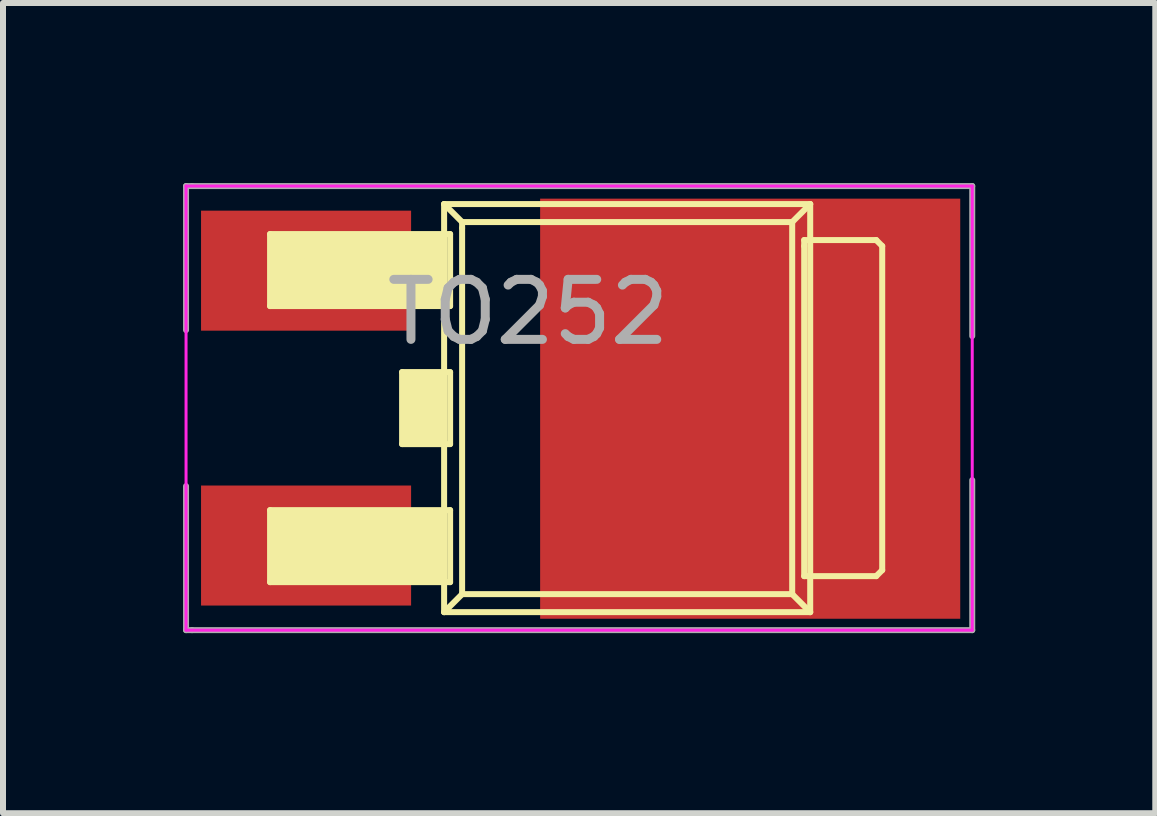
<source format=kicad_pcb>
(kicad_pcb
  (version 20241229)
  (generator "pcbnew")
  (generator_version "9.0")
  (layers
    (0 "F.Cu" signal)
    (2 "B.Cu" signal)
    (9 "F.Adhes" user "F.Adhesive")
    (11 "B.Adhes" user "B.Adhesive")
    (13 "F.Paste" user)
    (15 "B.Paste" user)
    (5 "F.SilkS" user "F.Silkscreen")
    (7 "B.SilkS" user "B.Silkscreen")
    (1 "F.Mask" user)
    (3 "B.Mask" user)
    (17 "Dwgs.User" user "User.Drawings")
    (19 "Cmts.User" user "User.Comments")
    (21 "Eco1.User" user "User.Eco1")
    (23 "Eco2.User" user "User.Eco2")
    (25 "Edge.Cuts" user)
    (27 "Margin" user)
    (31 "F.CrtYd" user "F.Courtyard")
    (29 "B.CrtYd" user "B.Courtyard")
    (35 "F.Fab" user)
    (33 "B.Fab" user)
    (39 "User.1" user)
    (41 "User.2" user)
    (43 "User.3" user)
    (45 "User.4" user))
  (footprint "TO252"
    (layer "F.Cu")
    (at 5.75 3.75)
    (property "Reference" "TO252" (at 0 -1.6 0) (layer "F.Fab") (effects (font (size 1 1) (thickness 0.15))))
    (attr smd)
    (fp_line (start -4.3 -2.9) (end -1.3 -2.9) (stroke (width 0.1) (type solid)) (layer "F.SilkS"))
    (fp_line (start -4.3 -1.7) (end -4.3 -2.9) (stroke (width 0.1) (type solid)) (layer "F.SilkS"))
    (fp_line (start -4.3 1.7) (end -4.3 2.9) (stroke (width 0.1) (type solid)) (layer "F.SilkS"))
    (fp_line (start -4.3 2.9) (end -1.3 2.9) (stroke (width 0.1) (type solid)) (layer "F.SilkS"))
    (fp_line (start -4.2 -2.8) (end -4.2 -1.8) (stroke (width 0.18) (type solid)) (layer "F.SilkS"))
    (fp_line (start -4.2 -1.8) (end -1.5 -1.8) (stroke (width 0.18) (type solid)) (layer "F.SilkS"))
    (fp_line (start -4.2 1.8) (end -4.2 2.7) (stroke (width 0.18) (type solid)) (layer "F.SilkS"))
    (fp_line (start -4.2 2.8) (end -1.5 2.8) (stroke (width 0.18) (type solid)) (layer "F.SilkS"))
    (fp_line (start -4 -2.6) (end -1.7 -2.6) (stroke (width 0.4) (type solid)) (layer "F.SilkS"))
    (fp_line (start -4 -2) (end -4 -2.6) (stroke (width 0.4) (type solid)) (layer "F.SilkS"))
    (fp_line (start -4 2) (end -1.7 2) (stroke (width 0.4) (type solid)) (layer "F.SilkS"))
    (fp_line (start -4 2.6) (end -4 2) (stroke (width 0.4) (type solid)) (layer "F.SilkS"))
    (fp_line (start -3.7 -2.3) (end -2 -2.3) (stroke (width 0.4) (type solid)) (layer "F.SilkS"))
    (fp_line (start -3.7 -2) (end -3.7 -2.3) (stroke (width 0.4) (type solid)) (layer "F.SilkS"))
    (fp_line (start -2.1 -0.6) (end -2.1 0.6) (stroke (width 0.1) (type solid)) (layer "F.SilkS"))
    (fp_line (start -2.1 0.6) (end -1.3 0.6) (stroke (width 0.1) (type solid)) (layer "F.SilkS"))
    (fp_line (start -2 -0.5) (end -1.5 -0.5) (stroke (width 0.18) (type solid)) (layer "F.SilkS"))
    (fp_line (start -2 -0.4) (end -1.6 -0.4) (stroke (width 0.18) (type solid)) (layer "F.SilkS"))
    (fp_line (start -2 0.5) (end -2 -0.4) (stroke (width 0.18) (type solid)) (layer "F.SilkS"))
    (fp_line (start -1.9 -0.3) (end -1.7 -0.3) (stroke (width 0.18) (type solid)) (layer "F.SilkS"))
    (fp_line (start -1.9 0.4) (end -1.9 -0.3) (stroke (width 0.18) (type solid)) (layer "F.SilkS"))
    (fp_line (start -1.8 0.3) (end -1.8 -0.2) (stroke (width 0.18) (type solid)) (layer "F.SilkS"))
    (fp_line (start -1.7 -2.6) (end -1.7 -2) (stroke (width 0.4) (type solid)) (layer "F.SilkS"))
    (fp_line (start -1.7 -2) (end -3.7 -2) (stroke (width 0.4) (type solid)) (layer "F.SilkS"))
    (fp_line (start -1.7 -0.3) (end -1.7 0.3) (stroke (width 0.18) (type solid)) (layer "F.SilkS"))
    (fp_line (start -1.7 0.3) (end -1.8 0.3) (stroke (width 0.18) (type solid)) (layer "F.SilkS"))
    (fp_line (start -1.7 2) (end -1.7 2.3) (stroke (width 0.4) (type solid)) (layer "F.SilkS"))
    (fp_line (start -1.7 2.3) (end -3.7 2.3) (stroke (width 0.4) (type solid)) (layer "F.SilkS"))
    (fp_line (start -1.7 2.6) (end -4 2.6) (stroke (width 0.4) (type solid)) (layer "F.SilkS"))
    (fp_line (start -1.6 -0.4) (end -1.6 0.4) (stroke (width 0.18) (type solid)) (layer "F.SilkS"))
    (fp_line (start -1.6 0.4) (end -1.9 0.4) (stroke (width 0.18) (type solid)) (layer "F.SilkS"))
    (fp_line (start -1.5 -2.8) (end -4.2 -2.8) (stroke (width 0.18) (type solid)) (layer "F.SilkS"))
    (fp_line (start -1.5 -1.8) (end -1.5 -2.8) (stroke (width 0.18) (type solid)) (layer "F.SilkS"))
    (fp_line (start -1.5 -0.5) (end -1.5 0.5) (stroke (width 0.18) (type solid)) (layer "F.SilkS"))
    (fp_line (start -1.5 0.5) (end -2 0.5) (stroke (width 0.18) (type solid)) (layer "F.SilkS"))
    (fp_line (start -1.5 1.8) (end -4.2 1.8) (stroke (width 0.18) (type solid)) (layer "F.SilkS"))
    (fp_line (start -1.5 2.8) (end -1.5 1.8) (stroke (width 0.18) (type solid)) (layer "F.SilkS"))
    (fp_line (start -1.4 -3.4) (end -1.4 3.4) (stroke (width 0.1) (type solid)) (layer "F.SilkS"))
    (fp_line (start -1.4 -3.4) (end 4.7 -3.4) (stroke (width 0.1) (type solid)) (layer "F.SilkS"))
    (fp_line (start -1.4 3.4) (end -1.1 3.1) (stroke (width 0.1) (type solid)) (layer "F.SilkS"))
    (fp_line (start -1.3 -2.9) (end -1.3 -1.7) (stroke (width 0.1) (type solid)) (layer "F.SilkS"))
    (fp_line (start -1.3 -1.7) (end -4.3 -1.7) (stroke (width 0.1) (type solid)) (layer "F.SilkS"))
    (fp_line (start -1.3 -0.6) (end -2.1 -0.6) (stroke (width 0.1) (type solid)) (layer "F.SilkS"))
    (fp_line (start -1.3 0.6) (end -1.3 -0.6) (stroke (width 0.1) (type solid)) (layer "F.SilkS"))
    (fp_line (start -1.3 1.7) (end -4.3 1.7) (stroke (width 0.1) (type solid)) (layer "F.SilkS"))
    (fp_line (start -1.3 2.9) (end -1.3 1.7) (stroke (width 0.1) (type solid)) (layer "F.SilkS"))
    (fp_line (start -1.1 -3.1) (end -1.4 -3.4) (stroke (width 0.1) (type solid)) (layer "F.SilkS"))
    (fp_line (start -1.1 -3.1) (end 4.4 -3.1) (stroke (width 0.1) (type solid)) (layer "F.SilkS"))
    (fp_line (start -1.1 -3) (end -1.1 -3.1) (stroke (width 0.1) (type solid)) (layer "F.SilkS"))
    (fp_line (start -1.1 3.1) (end -1.1 -3) (stroke (width 0.1) (type solid)) (layer "F.SilkS"))
    (fp_line (start -1.1 3.1) (end 4.4 3.1) (stroke (width 0.1) (type solid)) (layer "F.SilkS"))
    (fp_line (start 4.4 -3.1) (end 4.7 -3.4) (stroke (width 0.1) (type solid)) (layer "F.SilkS"))
    (fp_line (start 4.4 3.1) (end 4.4 -3.1) (stroke (width 0.1) (type solid)) (layer "F.SilkS"))
    (fp_line (start 4.4 3.1) (end 4.7 3.4) (stroke (width 0.1) (type solid)) (layer "F.SilkS"))
    (fp_line (start 4.6 -2.8) (end 4.6 -2.7) (stroke (width 0.1) (type solid)) (layer "F.SilkS"))
    (fp_line (start 4.6 -2.7) (end 4.6 2.8) (stroke (width 0.1) (type solid)) (layer "F.SilkS"))
    (fp_line (start 4.6 2.8) (end 5.8 2.8) (stroke (width 0.1) (type solid)) (layer "F.SilkS"))
    (fp_line (start 4.7 -3.4) (end 4.7 3.4) (stroke (width 0.1) (type solid)) (layer "F.SilkS"))
    (fp_line (start 4.7 3.4) (end -1.4 3.4) (stroke (width 0.1) (type solid)) (layer "F.SilkS"))
    (fp_line (start 5.8 -2.8) (end 4.6 -2.8) (stroke (width 0.1) (type solid)) (layer "F.SilkS"))
    (fp_line (start 5.8 2.8) (end 5.9 2.7) (stroke (width 0.1) (type solid)) (layer "F.SilkS"))
    (fp_line (start 5.9 -2.7) (end 5.8 -2.8) (stroke (width 0.1) (type solid)) (layer "F.SilkS"))
    (fp_line (start 5.9 2.7) (end 5.9 -2.7) (stroke (width 0.1) (type solid)) (layer "F.SilkS"))
    (fp_line (start -5.7 -3.7) (end 7.4 -3.7) (stroke (width 0.05) (type solid)) (layer "F.CrtYd"))
    (fp_line (start -5.7 3.7) (end -5.7 -3.7) (stroke (width 0.05) (type solid)) (layer "F.CrtYd"))
    (fp_line (start 7.4 -3.7) (end 7.4 3.7) (stroke (width 0.05) (type solid)) (layer "F.CrtYd"))
    (fp_line (start 7.4 3.7) (end -5.7 3.7) (stroke (width 0.05) (type solid)) (layer "F.CrtYd"))
    (fp_line (start -5.7 -3.7) (end -5.7 -1.3) (stroke (width 0.1) (type solid)) (layer "F.Fab"))
    (fp_line (start -5.7 3.7) (end -5.7 1.3) (stroke (width 0.1) (type solid)) (layer "F.Fab"))
    (fp_line (start -5.6 -3.7) (end -5.7 -3.7) (stroke (width 0.1) (type solid)) (layer "F.Fab"))
    (fp_line (start -5.6 -3.7) (end 7.4 -3.7) (stroke (width 0.1) (type solid)) (layer "F.Fab"))
    (fp_line (start -5.6 3.7) (end -5.7 3.7) (stroke (width 0.1) (type solid)) (layer "F.Fab"))
    (fp_line (start -5.6 3.7) (end 7.4 3.7) (stroke (width 0.1) (type solid)) (layer "F.Fab"))
    (fp_line (start 7.4 -3.7) (end 7.4 -1.2) (stroke (width 0.1) (type solid)) (layer "F.Fab"))
    (fp_line (start 7.4 3.7) (end 7.4 1.2) (stroke (width 0.1) (type solid)) (layer "F.Fab"))
    (pad "1" smd rect (at -3.7 -2.29 270) (size 2 3.5) (layers "F.Cu" "F.Mask" "F.Paste"))
    (pad "2" smd rect (at 3.7 0.01 270) (size 7 7) (layers "F.Cu" "F.Mask" "F.Paste"))
    (pad "3" smd rect (at -3.7 2.29 270) (size 2 3.5) (layers "F.Cu" "F.Mask" "F.Paste")))
  (gr_rect
    (start -3 -3)
    (end 16.2 10.5)
    (stroke (width 0.1) (type default))
    (fill no)
    (layer "Edge.Cuts")))
</source>
